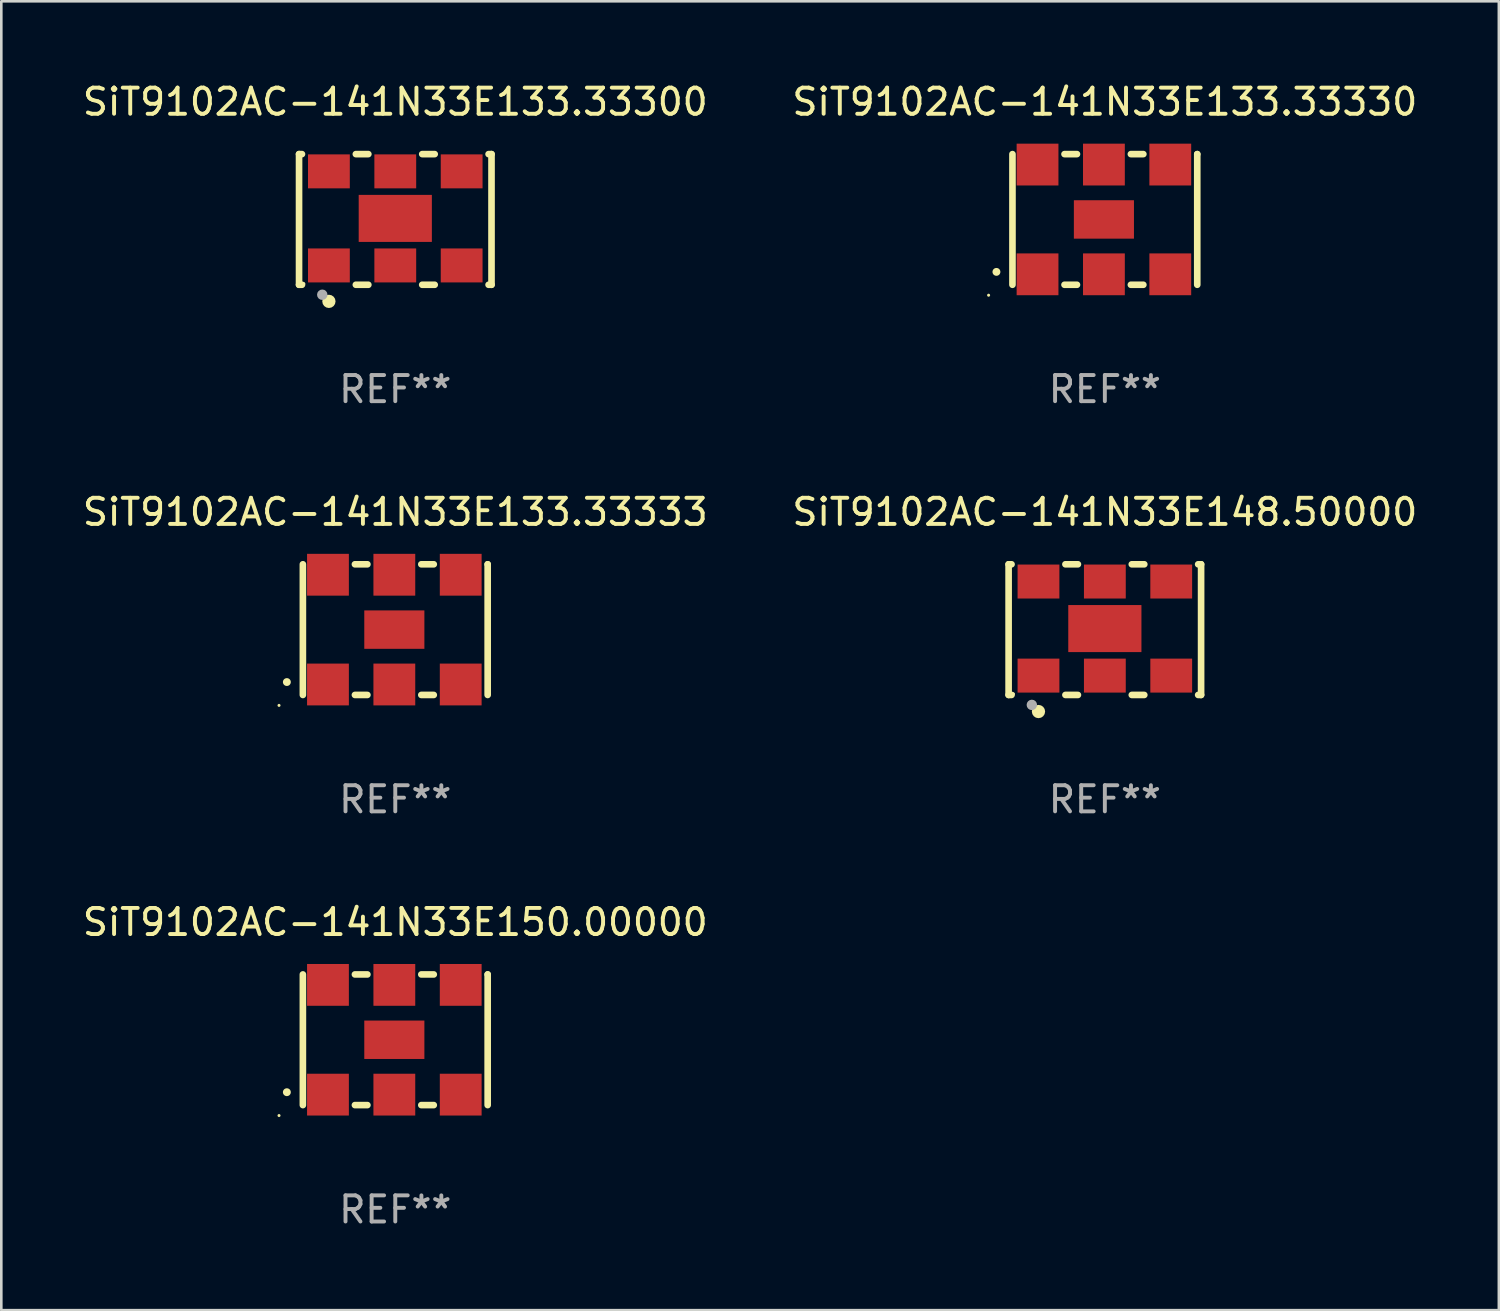
<source format=kicad_pcb>
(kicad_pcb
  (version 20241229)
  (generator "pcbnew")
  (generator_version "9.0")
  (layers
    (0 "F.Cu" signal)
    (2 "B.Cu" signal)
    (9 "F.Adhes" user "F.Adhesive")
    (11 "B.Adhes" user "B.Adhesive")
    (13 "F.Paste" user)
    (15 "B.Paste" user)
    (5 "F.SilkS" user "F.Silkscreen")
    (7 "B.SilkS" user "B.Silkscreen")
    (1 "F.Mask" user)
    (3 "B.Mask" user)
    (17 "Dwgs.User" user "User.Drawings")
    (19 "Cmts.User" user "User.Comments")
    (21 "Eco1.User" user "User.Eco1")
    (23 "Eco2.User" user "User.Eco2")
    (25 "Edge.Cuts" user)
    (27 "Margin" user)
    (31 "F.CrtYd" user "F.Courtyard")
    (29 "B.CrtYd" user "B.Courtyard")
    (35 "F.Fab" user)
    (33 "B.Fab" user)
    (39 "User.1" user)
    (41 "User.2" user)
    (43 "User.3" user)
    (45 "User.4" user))
  (footprint "SiT9102AC-141N33E133.33333"
    (layer "F.Cu")
    (at 12.077 21.045)
    (property "Reference" "SiT9102AC-141N33E133.33333" (at 0 -4.5 0) (layer "F.SilkS") (effects (font (size 1 1) (thickness 0.15))))
    (attr through_hole)
    (fp_line (start -3.536 -2.5) (end -3.536 2.5) (stroke (width 0.254) (type solid)) (layer "F.SilkS"))
    (fp_line (start -1.544 2.5) (end -1.067 2.5) (stroke (width 0.254) (type solid)) (layer "F.SilkS"))
    (fp_line (start -1.067 -2.5) (end -1.544 -2.5) (stroke (width 0.254) (type solid)) (layer "F.SilkS"))
    (fp_line (start 0.996 2.5) (end 1.473 2.5) (stroke (width 0.254) (type solid)) (layer "F.SilkS"))
    (fp_line (start 1.473 -2.5) (end 0.996 -2.5) (stroke (width 0.254) (type solid)) (layer "F.SilkS"))
    (fp_line (start 3.536 -2.5) (end 3.536 -2.5) (stroke (width 0.254) (type solid)) (layer "F.SilkS"))
    (fp_line (start 3.536 2.5) (end 3.536 -2.5) (stroke (width 0.254) (type solid)) (layer "F.SilkS"))
    (fp_arc (start -4.150432 2.006604) (mid -4.149162 2.006599) (end -4.147892 2.006604) (stroke (width 0.3) (type solid)) (layer "F.SilkS"))
    (fp_circle (center -4.449 2.9) (end -4.419 2.9) (stroke (width 0.06) (type solid)) (fill no) (layer "F.SilkS"))
    (fp_text user "REF**" (at 0 6.5 0) (layer "F.Fab") (effects (font (size 1 1) (thickness 0.15))))
    (pad "1" smd rect (at -2.576 2.1) (size 1.6 1.6) (layers "F.Cu" "F.Mask" "F.Paste"))
    (pad "2" smd rect (at -0.036 2.1) (size 1.6 1.6) (layers "F.Cu" "F.Mask" "F.Paste"))
    (pad "3" smd rect (at 2.504 2.1) (size 1.6 1.6) (layers "F.Cu" "F.Mask" "F.Paste"))
    (pad "4" smd rect (at 2.504 -2.1) (size 1.6 1.6) (layers "F.Cu" "F.Mask" "F.Paste"))
    (pad "5" smd rect (at -0.036 -2.1) (size 1.6 1.6) (layers "F.Cu" "F.Mask" "F.Paste"))
    (pad "6" smd rect (at -2.576 -2.1) (size 1.6 1.6) (layers "F.Cu" "F.Mask" "F.Paste"))
    (pad "7" smd rect (at -0.036 0) (size 2.3 1.47) (layers "F.Cu" "F.Mask" "F.Paste")))
  (footprint "SiT9102AC-141N33E148.50000"
    (layer "F.Cu")
    (at 39.232 21.045)
    (property "Reference" "SiT9102AC-141N33E148.50000" (at 0 -4.5 0) (layer "F.SilkS") (effects (font (size 1 1) (thickness 0.15))))
    (attr through_hole)
    (fp_line (start -3.683 -2.5) (end -3.571 -2.5) (stroke (width 0.254) (type solid)) (layer "F.SilkS"))
    (fp_line (start -3.683 2.5) (end -3.683 -2.5) (stroke (width 0.254) (type solid)) (layer "F.SilkS"))
    (fp_line (start -3.683 2.5) (end -3.571 2.5) (stroke (width 0.254) (type solid)) (layer "F.SilkS"))
    (fp_line (start -1.509 -2.5) (end -1.031 -2.5) (stroke (width 0.254) (type solid)) (layer "F.SilkS"))
    (fp_line (start -1.509 2.5) (end -1.031 2.5) (stroke (width 0.254) (type solid)) (layer "F.SilkS"))
    (fp_line (start 1.031 -2.5) (end 1.509 -2.5) (stroke (width 0.254) (type solid)) (layer "F.SilkS"))
    (fp_line (start 1.031 2.5) (end 1.509 2.5) (stroke (width 0.254) (type solid)) (layer "F.SilkS"))
    (fp_line (start 3.571 -2.5) (end 3.683 -2.5) (stroke (width 0.254) (type solid)) (layer "F.SilkS"))
    (fp_line (start 3.571 2.5) (end 3.683 2.5) (stroke (width 0.254) (type solid)) (layer "F.SilkS"))
    (fp_line (start 3.683 2.5) (end 3.683 -2.5) (stroke (width 0.254) (type solid)) (layer "F.SilkS"))
    (fp_circle (center -3.5 2.46) (end -3.47 2.46) (stroke (width 0.06) (type solid)) (fill no) (layer "F.SilkS"))
    (fp_circle (center -2.54 3.135) (end -2.413 3.135) (stroke (width 0.254) (type solid)) (fill no) (layer "F.SilkS"))
    (fp_circle (center -2.794 2.881) (end -2.694 2.881) (stroke (width 0.2) (type solid)) (fill no) (layer "F.Fab"))
    (fp_text user "REF**" (at 0 6.5 0) (layer "F.Fab") (effects (font (size 1 1) (thickness 0.15))))
    (pad "1" smd rect (at -2.54 1.76) (size 1.6 1.3) (layers "F.Cu" "F.Mask" "F.Paste"))
    (pad "2" smd rect (at 0 1.76) (size 1.6 1.3) (layers "F.Cu" "F.Mask" "F.Paste"))
    (pad "3" smd rect (at 2.54 1.76) (size 1.6 1.3) (layers "F.Cu" "F.Mask" "F.Paste"))
    (pad "4" smd rect (at 2.54 -1.84) (size 1.6 1.3) (layers "F.Cu" "F.Mask" "F.Paste"))
    (pad "5" smd rect (at 0 -1.84) (size 1.6 1.3) (layers "F.Cu" "F.Mask" "F.Paste"))
    (pad "6" smd rect (at -2.54 -1.84) (size 1.6 1.3) (layers "F.Cu" "F.Mask" "F.Paste"))
    (pad "7" smd rect (at 0 -0.04) (size 2.8 1.8) (layers "F.Cu" "F.Mask" "F.Paste")))
  (footprint "SiT9102AC-141N33E133.33300"
    (layer "F.Cu")
    (at 12.077 5.348)
    (property "Reference" "SiT9102AC-141N33E133.33300" (at 0 -4.5 0) (layer "F.SilkS") (effects (font (size 1 1) (thickness 0.15))))
    (attr through_hole)
    (fp_line (start -3.683 -2.5) (end -3.571 -2.5) (stroke (width 0.254) (type solid)) (layer "F.SilkS"))
    (fp_line (start -3.683 2.5) (end -3.683 -2.5) (stroke (width 0.254) (type solid)) (layer "F.SilkS"))
    (fp_line (start -3.683 2.5) (end -3.571 2.5) (stroke (width 0.254) (type solid)) (layer "F.SilkS"))
    (fp_line (start -1.509 -2.5) (end -1.031 -2.5) (stroke (width 0.254) (type solid)) (layer "F.SilkS"))
    (fp_line (start -1.509 2.5) (end -1.031 2.5) (stroke (width 0.254) (type solid)) (layer "F.SilkS"))
    (fp_line (start 1.031 -2.5) (end 1.509 -2.5) (stroke (width 0.254) (type solid)) (layer "F.SilkS"))
    (fp_line (start 1.031 2.5) (end 1.509 2.5) (stroke (width 0.254) (type solid)) (layer "F.SilkS"))
    (fp_line (start 3.571 -2.5) (end 3.683 -2.5) (stroke (width 0.254) (type solid)) (layer "F.SilkS"))
    (fp_line (start 3.571 2.5) (end 3.683 2.5) (stroke (width 0.254) (type solid)) (layer "F.SilkS"))
    (fp_line (start 3.683 2.5) (end 3.683 -2.5) (stroke (width 0.254) (type solid)) (layer "F.SilkS"))
    (fp_circle (center -3.5 2.46) (end -3.47 2.46) (stroke (width 0.06) (type solid)) (fill no) (layer "F.SilkS"))
    (fp_circle (center -2.54 3.135) (end -2.413 3.135) (stroke (width 0.254) (type solid)) (fill no) (layer "F.SilkS"))
    (fp_circle (center -2.794 2.881) (end -2.694 2.881) (stroke (width 0.2) (type solid)) (fill no) (layer "F.Fab"))
    (fp_text user "REF**" (at 0 6.5 0) (layer "F.Fab") (effects (font (size 1 1) (thickness 0.15))))
    (pad "1" smd rect (at -2.54 1.76) (size 1.6 1.3) (layers "F.Cu" "F.Mask" "F.Paste"))
    (pad "2" smd rect (at 0 1.76) (size 1.6 1.3) (layers "F.Cu" "F.Mask" "F.Paste"))
    (pad "3" smd rect (at 2.54 1.76) (size 1.6 1.3) (layers "F.Cu" "F.Mask" "F.Paste"))
    (pad "4" smd rect (at 2.54 -1.84) (size 1.6 1.3) (layers "F.Cu" "F.Mask" "F.Paste"))
    (pad "5" smd rect (at 0 -1.84) (size 1.6 1.3) (layers "F.Cu" "F.Mask" "F.Paste"))
    (pad "6" smd rect (at -2.54 -1.84) (size 1.6 1.3) (layers "F.Cu" "F.Mask" "F.Paste"))
    (pad "7" smd rect (at 0 -0.04) (size 2.8 1.8) (layers "F.Cu" "F.Mask" "F.Paste")))
  (footprint "SiT9102AC-141N33E150.00000"
    (layer "F.Cu")
    (at 12.077 36.741)
    (property "Reference" "SiT9102AC-141N33E150.00000" (at 0 -4.5 0) (layer "F.SilkS") (effects (font (size 1 1) (thickness 0.15))))
    (attr through_hole)
    (fp_line (start -3.536 -2.5) (end -3.536 2.5) (stroke (width 0.254) (type solid)) (layer "F.SilkS"))
    (fp_line (start -1.544 2.5) (end -1.067 2.5) (stroke (width 0.254) (type solid)) (layer "F.SilkS"))
    (fp_line (start -1.067 -2.5) (end -1.544 -2.5) (stroke (width 0.254) (type solid)) (layer "F.SilkS"))
    (fp_line (start 0.996 2.5) (end 1.473 2.5) (stroke (width 0.254) (type solid)) (layer "F.SilkS"))
    (fp_line (start 1.473 -2.5) (end 0.996 -2.5) (stroke (width 0.254) (type solid)) (layer "F.SilkS"))
    (fp_line (start 3.536 -2.5) (end 3.536 -2.5) (stroke (width 0.254) (type solid)) (layer "F.SilkS"))
    (fp_line (start 3.536 2.5) (end 3.536 -2.5) (stroke (width 0.254) (type solid)) (layer "F.SilkS"))
    (fp_arc (start -4.150432 2.006604) (mid -4.149162 2.006599) (end -4.147892 2.006604) (stroke (width 0.3) (type solid)) (layer "F.SilkS"))
    (fp_circle (center -4.449 2.9) (end -4.419 2.9) (stroke (width 0.06) (type solid)) (fill no) (layer "F.SilkS"))
    (fp_text user "REF**" (at 0 6.5 0) (layer "F.Fab") (effects (font (size 1 1) (thickness 0.15))))
    (pad "1" smd rect (at -2.576 2.1) (size 1.6 1.6) (layers "F.Cu" "F.Mask" "F.Paste"))
    (pad "2" smd rect (at -0.036 2.1) (size 1.6 1.6) (layers "F.Cu" "F.Mask" "F.Paste"))
    (pad "3" smd rect (at 2.504 2.1) (size 1.6 1.6) (layers "F.Cu" "F.Mask" "F.Paste"))
    (pad "4" smd rect (at 2.504 -2.1) (size 1.6 1.6) (layers "F.Cu" "F.Mask" "F.Paste"))
    (pad "5" smd rect (at -0.036 -2.1) (size 1.6 1.6) (layers "F.Cu" "F.Mask" "F.Paste"))
    (pad "6" smd rect (at -2.576 -2.1) (size 1.6 1.6) (layers "F.Cu" "F.Mask" "F.Paste"))
    (pad "7" smd rect (at -0.036 0) (size 2.3 1.47) (layers "F.Cu" "F.Mask" "F.Paste")))
  (footprint "SiT9102AC-141N33E133.33330"
    (layer "F.Cu")
    (at 39.232 5.348)
    (property "Reference" "SiT9102AC-141N33E133.33330" (at 0 -4.5 0) (layer "F.SilkS") (effects (font (size 1 1) (thickness 0.15))))
    (attr through_hole)
    (fp_line (start -3.536 -2.5) (end -3.536 2.5) (stroke (width 0.254) (type solid)) (layer "F.SilkS"))
    (fp_line (start -1.544 2.5) (end -1.067 2.5) (stroke (width 0.254) (type solid)) (layer "F.SilkS"))
    (fp_line (start -1.067 -2.5) (end -1.544 -2.5) (stroke (width 0.254) (type solid)) (layer "F.SilkS"))
    (fp_line (start 0.996 2.5) (end 1.473 2.5) (stroke (width 0.254) (type solid)) (layer "F.SilkS"))
    (fp_line (start 1.473 -2.5) (end 0.996 -2.5) (stroke (width 0.254) (type solid)) (layer "F.SilkS"))
    (fp_line (start 3.536 -2.5) (end 3.536 -2.5) (stroke (width 0.254) (type solid)) (layer "F.SilkS"))
    (fp_line (start 3.536 2.5) (end 3.536 -2.5) (stroke (width 0.254) (type solid)) (layer "F.SilkS"))
    (fp_arc (start -4.150432 2.006604) (mid -4.149162 2.006599) (end -4.147892 2.006604) (stroke (width 0.3) (type solid)) (layer "F.SilkS"))
    (fp_circle (center -4.449 2.9) (end -4.419 2.9) (stroke (width 0.06) (type solid)) (fill no) (layer "F.SilkS"))
    (fp_text user "REF**" (at 0 6.5 0) (layer "F.Fab") (effects (font (size 1 1) (thickness 0.15))))
    (pad "1" smd rect (at -2.576 2.1) (size 1.6 1.6) (layers "F.Cu" "F.Mask" "F.Paste"))
    (pad "2" smd rect (at -0.036 2.1) (size 1.6 1.6) (layers "F.Cu" "F.Mask" "F.Paste"))
    (pad "3" smd rect (at 2.504 2.1) (size 1.6 1.6) (layers "F.Cu" "F.Mask" "F.Paste"))
    (pad "4" smd rect (at 2.504 -2.1) (size 1.6 1.6) (layers "F.Cu" "F.Mask" "F.Paste"))
    (pad "5" smd rect (at -0.036 -2.1) (size 1.6 1.6) (layers "F.Cu" "F.Mask" "F.Paste"))
    (pad "6" smd rect (at -2.576 -2.1) (size 1.6 1.6) (layers "F.Cu" "F.Mask" "F.Paste"))
    (pad "7" smd rect (at -0.036 0) (size 2.3 1.47) (layers "F.Cu" "F.Mask" "F.Paste")))
  (gr_rect
    (start -3 -3)
    (end 54.31 47.09)
    (stroke (width 0.1) (type default))
    (fill no)
    (layer "Edge.Cuts")))
</source>
